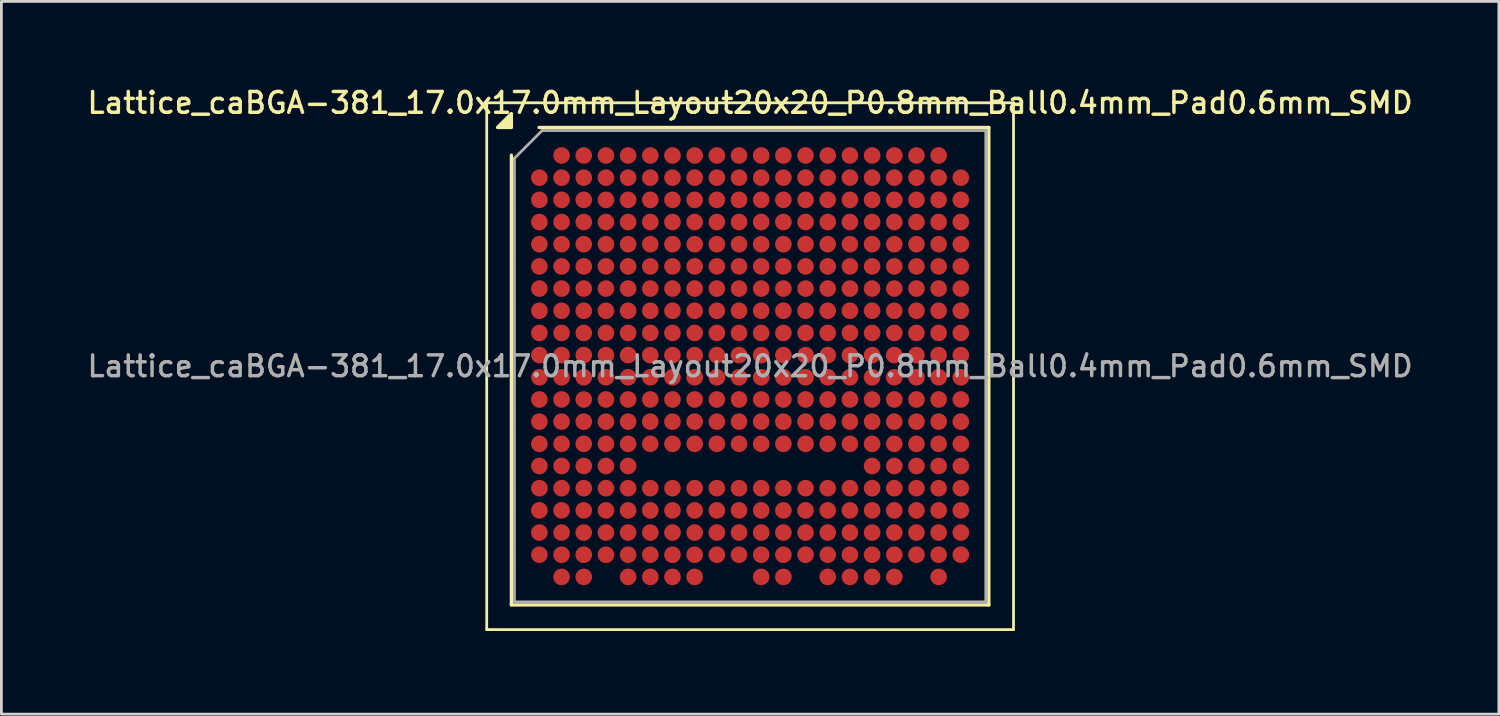
<source format=kicad_pcb>
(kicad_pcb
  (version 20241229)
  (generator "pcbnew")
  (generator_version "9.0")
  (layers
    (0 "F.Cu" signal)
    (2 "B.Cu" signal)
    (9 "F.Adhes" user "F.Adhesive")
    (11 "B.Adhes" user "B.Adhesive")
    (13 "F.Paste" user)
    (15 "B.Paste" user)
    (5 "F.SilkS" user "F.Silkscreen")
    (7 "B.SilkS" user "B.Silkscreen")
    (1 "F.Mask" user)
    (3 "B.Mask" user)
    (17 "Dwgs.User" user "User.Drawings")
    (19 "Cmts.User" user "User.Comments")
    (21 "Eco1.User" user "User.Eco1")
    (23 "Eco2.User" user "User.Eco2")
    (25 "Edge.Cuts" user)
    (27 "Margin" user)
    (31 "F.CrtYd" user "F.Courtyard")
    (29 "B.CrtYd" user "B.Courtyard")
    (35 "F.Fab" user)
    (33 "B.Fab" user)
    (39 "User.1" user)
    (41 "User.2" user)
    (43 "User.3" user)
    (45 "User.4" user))
  (footprint "Lattice_caBGA-381_17.0x17.0mm_Layout20x20_P0.8mm_Ball0.4mm_Pad0.6mm_SMD"
    (layer "F.Cu")
    (at 24.005 10.158)
    (property "Reference" "Lattice_caBGA-381_17.0x17.0mm_Layout20x20_P0.8mm_Ball0.4mm_Pad0.6mm_SMD" (at 0 -9.5 0) (layer "F.SilkS") (effects (font (size 0.75 0.75) (thickness 0.125))))
    (attr smd)
    (fp_line (start -9.5 -9.5) (end -9.5 9.5) (stroke (width 0.1) (type solid)) (layer "F.SilkS"))
    (fp_line (start -9.5 9.5) (end 9.5 9.5) (stroke (width 0.1) (type solid)) (layer "F.SilkS"))
    (fp_line (start -8.61 8.61) (end -8.61 -7.61) (stroke (width 0.12) (type solid)) (layer "F.SilkS"))
    (fp_line (start -7.61 -8.61) (end 8.61 -8.61) (stroke (width 0.12) (type solid)) (layer "F.SilkS"))
    (fp_line (start 8.61 -8.61) (end 8.61 8.61) (stroke (width 0.12) (type solid)) (layer "F.SilkS"))
    (fp_line (start 8.61 8.61) (end -8.61 8.61) (stroke (width 0.12) (type solid)) (layer "F.SilkS"))
    (fp_line (start 9.5 -9.5) (end -9.5 -9.5) (stroke (width 0.1) (type solid)) (layer "F.SilkS"))
    (fp_line (start 9.5 9.5) (end 9.5 -9.5) (stroke (width 0.1) (type solid)) (layer "F.SilkS"))
    (fp_poly (pts (xy -8.61 -8.61) (xy -9.11 -8.61) (xy -8.61 -9.11) (xy -8.61 -8.61)) (stroke (width 0.12) (type solid)) (fill yes) (layer "F.SilkS"))
    (fp_line (start -8.5 -7.5) (end -7.5 -8.5) (stroke (width 0.1) (type solid)) (layer "F.Fab"))
    (fp_line (start -8.5 8.5) (end -8.5 -7.5) (stroke (width 0.1) (type solid)) (layer "F.Fab"))
    (fp_line (start -7.5 -8.5) (end 8.5 -8.5) (stroke (width 0.1) (type solid)) (layer "F.Fab"))
    (fp_line (start 8.5 -8.5) (end 8.5 8.5) (stroke (width 0.1) (type solid)) (layer "F.Fab"))
    (fp_line (start 8.5 8.5) (end -8.5 8.5) (stroke (width 0.1) (type solid)) (layer "F.Fab"))
    (fp_text user "${REFERENCE}" (at 0 0 0) (layer "F.Fab") (effects (font (size 0.75 0.75) (thickness 0.125))))
    (pad "A2" smd circle (at -6.8 -7.6) (size 0.6 0.6) (property pad_prop_bga) (layers "F.Cu" "F.Mask" "F.Paste"))
    (pad "A3" smd circle (at -6 -7.6) (size 0.6 0.6) (property pad_prop_bga) (layers "F.Cu" "F.Mask" "F.Paste"))
    (pad "A4" smd circle (at -5.2 -7.6) (size 0.6 0.6) (property pad_prop_bga) (layers "F.Cu" "F.Mask" "F.Paste"))
    (pad "A5" smd circle (at -4.4 -7.6) (size 0.6 0.6) (property pad_prop_bga) (layers "F.Cu" "F.Mask" "F.Paste"))
    (pad "A6" smd circle (at -3.6 -7.6) (size 0.6 0.6) (property pad_prop_bga) (layers "F.Cu" "F.Mask" "F.Paste"))
    (pad "A7" smd circle (at -2.8 -7.6) (size 0.6 0.6) (property pad_prop_bga) (layers "F.Cu" "F.Mask" "F.Paste"))
    (pad "A8" smd circle (at -2 -7.6) (size 0.6 0.6) (property pad_prop_bga) (layers "F.Cu" "F.Mask" "F.Paste"))
    (pad "A9" smd circle (at -1.2 -7.6) (size 0.6 0.6) (property pad_prop_bga) (layers "F.Cu" "F.Mask" "F.Paste"))
    (pad "A10" smd circle (at -0.4 -7.6) (size 0.6 0.6) (property pad_prop_bga) (layers "F.Cu" "F.Mask" "F.Paste"))
    (pad "A11" smd circle (at 0.4 -7.6) (size 0.6 0.6) (property pad_prop_bga) (layers "F.Cu" "F.Mask" "F.Paste"))
    (pad "A12" smd circle (at 1.2 -7.6) (size 0.6 0.6) (property pad_prop_bga) (layers "F.Cu" "F.Mask" "F.Paste"))
    (pad "A13" smd circle (at 2 -7.6) (size 0.6 0.6) (property pad_prop_bga) (layers "F.Cu" "F.Mask" "F.Paste"))
    (pad "A14" smd circle (at 2.8 -7.6) (size 0.6 0.6) (property pad_prop_bga) (layers "F.Cu" "F.Mask" "F.Paste"))
    (pad "A15" smd circle (at 3.6 -7.6) (size 0.6 0.6) (property pad_prop_bga) (layers "F.Cu" "F.Mask" "F.Paste"))
    (pad "A16" smd circle (at 4.4 -7.6) (size 0.6 0.6) (property pad_prop_bga) (layers "F.Cu" "F.Mask" "F.Paste"))
    (pad "A17" smd circle (at 5.2 -7.6) (size 0.6 0.6) (property pad_prop_bga) (layers "F.Cu" "F.Mask" "F.Paste"))
    (pad "A18" smd circle (at 6 -7.6) (size 0.6 0.6) (property pad_prop_bga) (layers "F.Cu" "F.Mask" "F.Paste"))
    (pad "A19" smd circle (at 6.8 -7.6) (size 0.6 0.6) (property pad_prop_bga) (layers "F.Cu" "F.Mask" "F.Paste"))
    (pad "B1" smd circle (at -7.6 -6.8) (size 0.6 0.6) (property pad_prop_bga) (layers "F.Cu" "F.Mask" "F.Paste"))
    (pad "B2" smd circle (at -6.8 -6.8) (size 0.6 0.6) (property pad_prop_bga) (layers "F.Cu" "F.Mask" "F.Paste"))
    (pad "B3" smd circle (at -6 -6.8) (size 0.6 0.6) (property pad_prop_bga) (layers "F.Cu" "F.Mask" "F.Paste"))
    (pad "B4" smd circle (at -5.2 -6.8) (size 0.6 0.6) (property pad_prop_bga) (layers "F.Cu" "F.Mask" "F.Paste"))
    (pad "B5" smd circle (at -4.4 -6.8) (size 0.6 0.6) (property pad_prop_bga) (layers "F.Cu" "F.Mask" "F.Paste"))
    (pad "B6" smd circle (at -3.6 -6.8) (size 0.6 0.6) (property pad_prop_bga) (layers "F.Cu" "F.Mask" "F.Paste"))
    (pad "B7" smd circle (at -2.8 -6.8) (size 0.6 0.6) (property pad_prop_bga) (layers "F.Cu" "F.Mask" "F.Paste"))
    (pad "B8" smd circle (at -2 -6.8) (size 0.6 0.6) (property pad_prop_bga) (layers "F.Cu" "F.Mask" "F.Paste"))
    (pad "B9" smd circle (at -1.2 -6.8) (size 0.6 0.6) (property pad_prop_bga) (layers "F.Cu" "F.Mask" "F.Paste"))
    (pad "B10" smd circle (at -0.4 -6.8) (size 0.6 0.6) (property pad_prop_bga) (layers "F.Cu" "F.Mask" "F.Paste"))
    (pad "B11" smd circle (at 0.4 -6.8) (size 0.6 0.6) (property pad_prop_bga) (layers "F.Cu" "F.Mask" "F.Paste"))
    (pad "B12" smd circle (at 1.2 -6.8) (size 0.6 0.6) (property pad_prop_bga) (layers "F.Cu" "F.Mask" "F.Paste"))
    (pad "B13" smd circle (at 2 -6.8) (size 0.6 0.6) (property pad_prop_bga) (layers "F.Cu" "F.Mask" "F.Paste"))
    (pad "B14" smd circle (at 2.8 -6.8) (size 0.6 0.6) (property pad_prop_bga) (layers "F.Cu" "F.Mask" "F.Paste"))
    (pad "B15" smd circle (at 3.6 -6.8) (size 0.6 0.6) (property pad_prop_bga) (layers "F.Cu" "F.Mask" "F.Paste"))
    (pad "B16" smd circle (at 4.4 -6.8) (size 0.6 0.6) (property pad_prop_bga) (layers "F.Cu" "F.Mask" "F.Paste"))
    (pad "B17" smd circle (at 5.2 -6.8) (size 0.6 0.6) (property pad_prop_bga) (layers "F.Cu" "F.Mask" "F.Paste"))
    (pad "B18" smd circle (at 6 -6.8) (size 0.6 0.6) (property pad_prop_bga) (layers "F.Cu" "F.Mask" "F.Paste"))
    (pad "B19" smd circle (at 6.8 -6.8) (size 0.6 0.6) (property pad_prop_bga) (layers "F.Cu" "F.Mask" "F.Paste"))
    (pad "B20" smd circle (at 7.6 -6.8) (size 0.6 0.6) (property pad_prop_bga) (layers "F.Cu" "F.Mask" "F.Paste"))
    (pad "C1" smd circle (at -7.6 -6) (size 0.6 0.6) (property pad_prop_bga) (layers "F.Cu" "F.Mask" "F.Paste"))
    (pad "C2" smd circle (at -6.8 -6) (size 0.6 0.6) (property pad_prop_bga) (layers "F.Cu" "F.Mask" "F.Paste"))
    (pad "C3" smd circle (at -6 -6) (size 0.6 0.6) (property pad_prop_bga) (layers "F.Cu" "F.Mask" "F.Paste"))
    (pad "C4" smd circle (at -5.2 -6) (size 0.6 0.6) (property pad_prop_bga) (layers "F.Cu" "F.Mask" "F.Paste"))
    (pad "C5" smd circle (at -4.4 -6) (size 0.6 0.6) (property pad_prop_bga) (layers "F.Cu" "F.Mask" "F.Paste"))
    (pad "C6" smd circle (at -3.6 -6) (size 0.6 0.6) (property pad_prop_bga) (layers "F.Cu" "F.Mask" "F.Paste"))
    (pad "C7" smd circle (at -2.8 -6) (size 0.6 0.6) (property pad_prop_bga) (layers "F.Cu" "F.Mask" "F.Paste"))
    (pad "C8" smd circle (at -2 -6) (size 0.6 0.6) (property pad_prop_bga) (layers "F.Cu" "F.Mask" "F.Paste"))
    (pad "C9" smd circle (at -1.2 -6) (size 0.6 0.6) (property pad_prop_bga) (layers "F.Cu" "F.Mask" "F.Paste"))
    (pad "C10" smd circle (at -0.4 -6) (size 0.6 0.6) (property pad_prop_bga) (layers "F.Cu" "F.Mask" "F.Paste"))
    (pad "C11" smd circle (at 0.4 -6) (size 0.6 0.6) (property pad_prop_bga) (layers "F.Cu" "F.Mask" "F.Paste"))
    (pad "C12" smd circle (at 1.2 -6) (size 0.6 0.6) (property pad_prop_bga) (layers "F.Cu" "F.Mask" "F.Paste"))
    (pad "C13" smd circle (at 2 -6) (size 0.6 0.6) (property pad_prop_bga) (layers "F.Cu" "F.Mask" "F.Paste"))
    (pad "C14" smd circle (at 2.8 -6) (size 0.6 0.6) (property pad_prop_bga) (layers "F.Cu" "F.Mask" "F.Paste"))
    (pad "C15" smd circle (at 3.6 -6) (size 0.6 0.6) (property pad_prop_bga) (layers "F.Cu" "F.Mask" "F.Paste"))
    (pad "C16" smd circle (at 4.4 -6) (size 0.6 0.6) (property pad_prop_bga) (layers "F.Cu" "F.Mask" "F.Paste"))
    (pad "C17" smd circle (at 5.2 -6) (size 0.6 0.6) (property pad_prop_bga) (layers "F.Cu" "F.Mask" "F.Paste"))
    (pad "C18" smd circle (at 6 -6) (size 0.6 0.6) (property pad_prop_bga) (layers "F.Cu" "F.Mask" "F.Paste"))
    (pad "C19" smd circle (at 6.8 -6) (size 0.6 0.6) (property pad_prop_bga) (layers "F.Cu" "F.Mask" "F.Paste"))
    (pad "C20" smd circle (at 7.6 -6) (size 0.6 0.6) (property pad_prop_bga) (layers "F.Cu" "F.Mask" "F.Paste"))
    (pad "D1" smd circle (at -7.6 -5.2) (size 0.6 0.6) (property pad_prop_bga) (layers "F.Cu" "F.Mask" "F.Paste"))
    (pad "D2" smd circle (at -6.8 -5.2) (size 0.6 0.6) (property pad_prop_bga) (layers "F.Cu" "F.Mask" "F.Paste"))
    (pad "D3" smd circle (at -6 -5.2) (size 0.6 0.6) (property pad_prop_bga) (layers "F.Cu" "F.Mask" "F.Paste"))
    (pad "D4" smd circle (at -5.2 -5.2) (size 0.6 0.6) (property pad_prop_bga) (layers "F.Cu" "F.Mask" "F.Paste"))
    (pad "D5" smd circle (at -4.4 -5.2) (size 0.6 0.6) (property pad_prop_bga) (layers "F.Cu" "F.Mask" "F.Paste"))
    (pad "D6" smd circle (at -3.6 -5.2) (size 0.6 0.6) (property pad_prop_bga) (layers "F.Cu" "F.Mask" "F.Paste"))
    (pad "D7" smd circle (at -2.8 -5.2) (size 0.6 0.6) (property pad_prop_bga) (layers "F.Cu" "F.Mask" "F.Paste"))
    (pad "D8" smd circle (at -2 -5.2) (size 0.6 0.6) (property pad_prop_bga) (layers "F.Cu" "F.Mask" "F.Paste"))
    (pad "D9" smd circle (at -1.2 -5.2) (size 0.6 0.6) (property pad_prop_bga) (layers "F.Cu" "F.Mask" "F.Paste"))
    (pad "D10" smd circle (at -0.4 -5.2) (size 0.6 0.6) (property pad_prop_bga) (layers "F.Cu" "F.Mask" "F.Paste"))
    (pad "D11" smd circle (at 0.4 -5.2) (size 0.6 0.6) (property pad_prop_bga) (layers "F.Cu" "F.Mask" "F.Paste"))
    (pad "D12" smd circle (at 1.2 -5.2) (size 0.6 0.6) (property pad_prop_bga) (layers "F.Cu" "F.Mask" "F.Paste"))
    (pad "D13" smd circle (at 2 -5.2) (size 0.6 0.6) (property pad_prop_bga) (layers "F.Cu" "F.Mask" "F.Paste"))
    (pad "D14" smd circle (at 2.8 -5.2) (size 0.6 0.6) (property pad_prop_bga) (layers "F.Cu" "F.Mask" "F.Paste"))
    (pad "D15" smd circle (at 3.6 -5.2) (size 0.6 0.6) (property pad_prop_bga) (layers "F.Cu" "F.Mask" "F.Paste"))
    (pad "D16" smd circle (at 4.4 -5.2) (size 0.6 0.6) (property pad_prop_bga) (layers "F.Cu" "F.Mask" "F.Paste"))
    (pad "D17" smd circle (at 5.2 -5.2) (size 0.6 0.6) (property pad_prop_bga) (layers "F.Cu" "F.Mask" "F.Paste"))
    (pad "D18" smd circle (at 6 -5.2) (size 0.6 0.6) (property pad_prop_bga) (layers "F.Cu" "F.Mask" "F.Paste"))
    (pad "D19" smd circle (at 6.8 -5.2) (size 0.6 0.6) (property pad_prop_bga) (layers "F.Cu" "F.Mask" "F.Paste"))
    (pad "D20" smd circle (at 7.6 -5.2) (size 0.6 0.6) (property pad_prop_bga) (layers "F.Cu" "F.Mask" "F.Paste"))
    (pad "E1" smd circle (at -7.6 -4.4) (size 0.6 0.6) (property pad_prop_bga) (layers "F.Cu" "F.Mask" "F.Paste"))
    (pad "E2" smd circle (at -6.8 -4.4) (size 0.6 0.6) (property pad_prop_bga) (layers "F.Cu" "F.Mask" "F.Paste"))
    (pad "E3" smd circle (at -6 -4.4) (size 0.6 0.6) (property pad_prop_bga) (layers "F.Cu" "F.Mask" "F.Paste"))
    (pad "E4" smd circle (at -5.2 -4.4) (size 0.6 0.6) (property pad_prop_bga) (layers "F.Cu" "F.Mask" "F.Paste"))
    (pad "E5" smd circle (at -4.4 -4.4) (size 0.6 0.6) (property pad_prop_bga) (layers "F.Cu" "F.Mask" "F.Paste"))
    (pad "E6" smd circle (at -3.6 -4.4) (size 0.6 0.6) (property pad_prop_bga) (layers "F.Cu" "F.Mask" "F.Paste"))
    (pad "E7" smd circle (at -2.8 -4.4) (size 0.6 0.6) (property pad_prop_bga) (layers "F.Cu" "F.Mask" "F.Paste"))
    (pad "E8" smd circle (at -2 -4.4) (size 0.6 0.6) (property pad_prop_bga) (layers "F.Cu" "F.Mask" "F.Paste"))
    (pad "E9" smd circle (at -1.2 -4.4) (size 0.6 0.6) (property pad_prop_bga) (layers "F.Cu" "F.Mask" "F.Paste"))
    (pad "E10" smd circle (at -0.4 -4.4) (size 0.6 0.6) (property pad_prop_bga) (layers "F.Cu" "F.Mask" "F.Paste"))
    (pad "E11" smd circle (at 0.4 -4.4) (size 0.6 0.6) (property pad_prop_bga) (layers "F.Cu" "F.Mask" "F.Paste"))
    (pad "E12" smd circle (at 1.2 -4.4) (size 0.6 0.6) (property pad_prop_bga) (layers "F.Cu" "F.Mask" "F.Paste"))
    (pad "E13" smd circle (at 2 -4.4) (size 0.6 0.6) (property pad_prop_bga) (layers "F.Cu" "F.Mask" "F.Paste"))
    (pad "E14" smd circle (at 2.8 -4.4) (size 0.6 0.6) (property pad_prop_bga) (layers "F.Cu" "F.Mask" "F.Paste"))
    (pad "E15" smd circle (at 3.6 -4.4) (size 0.6 0.6) (property pad_prop_bga) (layers "F.Cu" "F.Mask" "F.Paste"))
    (pad "E16" smd circle (at 4.4 -4.4) (size 0.6 0.6) (property pad_prop_bga) (layers "F.Cu" "F.Mask" "F.Paste"))
    (pad "E17" smd circle (at 5.2 -4.4) (size 0.6 0.6) (property pad_prop_bga) (layers "F.Cu" "F.Mask" "F.Paste"))
    (pad "E18" smd circle (at 6 -4.4) (size 0.6 0.6) (property pad_prop_bga) (layers "F.Cu" "F.Mask" "F.Paste"))
    (pad "E19" smd circle (at 6.8 -4.4) (size 0.6 0.6) (property pad_prop_bga) (layers "F.Cu" "F.Mask" "F.Paste"))
    (pad "E20" smd circle (at 7.6 -4.4) (size 0.6 0.6) (property pad_prop_bga) (layers "F.Cu" "F.Mask" "F.Paste"))
    (pad "F1" smd circle (at -7.6 -3.6) (size 0.6 0.6) (property pad_prop_bga) (layers "F.Cu" "F.Mask" "F.Paste"))
    (pad "F2" smd circle (at -6.8 -3.6) (size 0.6 0.6) (property pad_prop_bga) (layers "F.Cu" "F.Mask" "F.Paste"))
    (pad "F3" smd circle (at -6 -3.6) (size 0.6 0.6) (property pad_prop_bga) (layers "F.Cu" "F.Mask" "F.Paste"))
    (pad "F4" smd circle (at -5.2 -3.6) (size 0.6 0.6) (property pad_prop_bga) (layers "F.Cu" "F.Mask" "F.Paste"))
    (pad "F5" smd circle (at -4.4 -3.6) (size 0.6 0.6) (property pad_prop_bga) (layers "F.Cu" "F.Mask" "F.Paste"))
    (pad "F6" smd circle (at -3.6 -3.6) (size 0.6 0.6) (property pad_prop_bga) (layers "F.Cu" "F.Mask" "F.Paste"))
    (pad "F7" smd circle (at -2.8 -3.6) (size 0.6 0.6) (property pad_prop_bga) (layers "F.Cu" "F.Mask" "F.Paste"))
    (pad "F8" smd circle (at -2 -3.6) (size 0.6 0.6) (property pad_prop_bga) (layers "F.Cu" "F.Mask" "F.Paste"))
    (pad "F9" smd circle (at -1.2 -3.6) (size 0.6 0.6) (property pad_prop_bga) (layers "F.Cu" "F.Mask" "F.Paste"))
    (pad "F10" smd circle (at -0.4 -3.6) (size 0.6 0.6) (property pad_prop_bga) (layers "F.Cu" "F.Mask" "F.Paste"))
    (pad "F11" smd circle (at 0.4 -3.6) (size 0.6 0.6) (property pad_prop_bga) (layers "F.Cu" "F.Mask" "F.Paste"))
    (pad "F12" smd circle (at 1.2 -3.6) (size 0.6 0.6) (property pad_prop_bga) (layers "F.Cu" "F.Mask" "F.Paste"))
    (pad "F13" smd circle (at 2 -3.6) (size 0.6 0.6) (property pad_prop_bga) (layers "F.Cu" "F.Mask" "F.Paste"))
    (pad "F14" smd circle (at 2.8 -3.6) (size 0.6 0.6) (property pad_prop_bga) (layers "F.Cu" "F.Mask" "F.Paste"))
    (pad "F15" smd circle (at 3.6 -3.6) (size 0.6 0.6) (property pad_prop_bga) (layers "F.Cu" "F.Mask" "F.Paste"))
    (pad "F16" smd circle (at 4.4 -3.6) (size 0.6 0.6) (property pad_prop_bga) (layers "F.Cu" "F.Mask" "F.Paste"))
    (pad "F17" smd circle (at 5.2 -3.6) (size 0.6 0.6) (property pad_prop_bga) (layers "F.Cu" "F.Mask" "F.Paste"))
    (pad "F18" smd circle (at 6 -3.6) (size 0.6 0.6) (property pad_prop_bga) (layers "F.Cu" "F.Mask" "F.Paste"))
    (pad "F19" smd circle (at 6.8 -3.6) (size 0.6 0.6) (property pad_prop_bga) (layers "F.Cu" "F.Mask" "F.Paste"))
    (pad "F20" smd circle (at 7.6 -3.6) (size 0.6 0.6) (property pad_prop_bga) (layers "F.Cu" "F.Mask" "F.Paste"))
    (pad "G1" smd circle (at -7.6 -2.8) (size 0.6 0.6) (property pad_prop_bga) (layers "F.Cu" "F.Mask" "F.Paste"))
    (pad "G2" smd circle (at -6.8 -2.8) (size 0.6 0.6) (property pad_prop_bga) (layers "F.Cu" "F.Mask" "F.Paste"))
    (pad "G3" smd circle (at -6 -2.8) (size 0.6 0.6) (property pad_prop_bga) (layers "F.Cu" "F.Mask" "F.Paste"))
    (pad "G4" smd circle (at -5.2 -2.8) (size 0.6 0.6) (property pad_prop_bga) (layers "F.Cu" "F.Mask" "F.Paste"))
    (pad "G5" smd circle (at -4.4 -2.8) (size 0.6 0.6) (property pad_prop_bga) (layers "F.Cu" "F.Mask" "F.Paste"))
    (pad "G6" smd circle (at -3.6 -2.8) (size 0.6 0.6) (property pad_prop_bga) (layers "F.Cu" "F.Mask" "F.Paste"))
    (pad "G7" smd circle (at -2.8 -2.8) (size 0.6 0.6) (property pad_prop_bga) (layers "F.Cu" "F.Mask" "F.Paste"))
    (pad "G8" smd circle (at -2 -2.8) (size 0.6 0.6) (property pad_prop_bga) (layers "F.Cu" "F.Mask" "F.Paste"))
    (pad "G9" smd circle (at -1.2 -2.8) (size 0.6 0.6) (property pad_prop_bga) (layers "F.Cu" "F.Mask" "F.Paste"))
    (pad "G10" smd circle (at -0.4 -2.8) (size 0.6 0.6) (property pad_prop_bga) (layers "F.Cu" "F.Mask" "F.Paste"))
    (pad "G11" smd circle (at 0.4 -2.8) (size 0.6 0.6) (property pad_prop_bga) (layers "F.Cu" "F.Mask" "F.Paste"))
    (pad "G12" smd circle (at 1.2 -2.8) (size 0.6 0.6) (property pad_prop_bga) (layers "F.Cu" "F.Mask" "F.Paste"))
    (pad "G13" smd circle (at 2 -2.8) (size 0.6 0.6) (property pad_prop_bga) (layers "F.Cu" "F.Mask" "F.Paste"))
    (pad "G14" smd circle (at 2.8 -2.8) (size 0.6 0.6) (property pad_prop_bga) (layers "F.Cu" "F.Mask" "F.Paste"))
    (pad "G15" smd circle (at 3.6 -2.8) (size 0.6 0.6) (property pad_prop_bga) (layers "F.Cu" "F.Mask" "F.Paste"))
    (pad "G16" smd circle (at 4.4 -2.8) (size 0.6 0.6) (property pad_prop_bga) (layers "F.Cu" "F.Mask" "F.Paste"))
    (pad "G17" smd circle (at 5.2 -2.8) (size 0.6 0.6) (property pad_prop_bga) (layers "F.Cu" "F.Mask" "F.Paste"))
    (pad "G18" smd circle (at 6 -2.8) (size 0.6 0.6) (property pad_prop_bga) (layers "F.Cu" "F.Mask" "F.Paste"))
    (pad "G19" smd circle (at 6.8 -2.8) (size 0.6 0.6) (property pad_prop_bga) (layers "F.Cu" "F.Mask" "F.Paste"))
    (pad "G20" smd circle (at 7.6 -2.8) (size 0.6 0.6) (property pad_prop_bga) (layers "F.Cu" "F.Mask" "F.Paste"))
    (pad "H1" smd circle (at -7.6 -2) (size 0.6 0.6) (property pad_prop_bga) (layers "F.Cu" "F.Mask" "F.Paste"))
    (pad "H2" smd circle (at -6.8 -2) (size 0.6 0.6) (property pad_prop_bga) (layers "F.Cu" "F.Mask" "F.Paste"))
    (pad "H3" smd circle (at -6 -2) (size 0.6 0.6) (property pad_prop_bga) (layers "F.Cu" "F.Mask" "F.Paste"))
    (pad "H4" smd circle (at -5.2 -2) (size 0.6 0.6) (property pad_prop_bga) (layers "F.Cu" "F.Mask" "F.Paste"))
    (pad "H5" smd circle (at -4.4 -2) (size 0.6 0.6) (property pad_prop_bga) (layers "F.Cu" "F.Mask" "F.Paste"))
    (pad "H6" smd circle (at -3.6 -2) (size 0.6 0.6) (property pad_prop_bga) (layers "F.Cu" "F.Mask" "F.Paste"))
    (pad "H7" smd circle (at -2.8 -2) (size 0.6 0.6) (property pad_prop_bga) (layers "F.Cu" "F.Mask" "F.Paste"))
    (pad "H8" smd circle (at -2 -2) (size 0.6 0.6) (property pad_prop_bga) (layers "F.Cu" "F.Mask" "F.Paste"))
    (pad "H9" smd circle (at -1.2 -2) (size 0.6 0.6) (property pad_prop_bga) (layers "F.Cu" "F.Mask" "F.Paste"))
    (pad "H10" smd circle (at -0.4 -2) (size 0.6 0.6) (property pad_prop_bga) (layers "F.Cu" "F.Mask" "F.Paste"))
    (pad "H11" smd circle (at 0.4 -2) (size 0.6 0.6) (property pad_prop_bga) (layers "F.Cu" "F.Mask" "F.Paste"))
    (pad "H12" smd circle (at 1.2 -2) (size 0.6 0.6) (property pad_prop_bga) (layers "F.Cu" "F.Mask" "F.Paste"))
    (pad "H13" smd circle (at 2 -2) (size 0.6 0.6) (property pad_prop_bga) (layers "F.Cu" "F.Mask" "F.Paste"))
    (pad "H14" smd circle (at 2.8 -2) (size 0.6 0.6) (property pad_prop_bga) (layers "F.Cu" "F.Mask" "F.Paste"))
    (pad "H15" smd circle (at 3.6 -2) (size 0.6 0.6) (property pad_prop_bga) (layers "F.Cu" "F.Mask" "F.Paste"))
    (pad "H16" smd circle (at 4.4 -2) (size 0.6 0.6) (property pad_prop_bga) (layers "F.Cu" "F.Mask" "F.Paste"))
    (pad "H17" smd circle (at 5.2 -2) (size 0.6 0.6) (property pad_prop_bga) (layers "F.Cu" "F.Mask" "F.Paste"))
    (pad "H18" smd circle (at 6 -2) (size 0.6 0.6) (property pad_prop_bga) (layers "F.Cu" "F.Mask" "F.Paste"))
    (pad "H19" smd circle (at 6.8 -2) (size 0.6 0.6) (property pad_prop_bga) (layers "F.Cu" "F.Mask" "F.Paste"))
    (pad "H20" smd circle (at 7.6 -2) (size 0.6 0.6) (property pad_prop_bga) (layers "F.Cu" "F.Mask" "F.Paste"))
    (pad "J1" smd circle (at -7.6 -1.2) (size 0.6 0.6) (property pad_prop_bga) (layers "F.Cu" "F.Mask" "F.Paste"))
    (pad "J2" smd circle (at -6.8 -1.2) (size 0.6 0.6) (property pad_prop_bga) (layers "F.Cu" "F.Mask" "F.Paste"))
    (pad "J3" smd circle (at -6 -1.2) (size 0.6 0.6) (property pad_prop_bga) (layers "F.Cu" "F.Mask" "F.Paste"))
    (pad "J4" smd circle (at -5.2 -1.2) (size 0.6 0.6) (property pad_prop_bga) (layers "F.Cu" "F.Mask" "F.Paste"))
    (pad "J5" smd circle (at -4.4 -1.2) (size 0.6 0.6) (property pad_prop_bga) (layers "F.Cu" "F.Mask" "F.Paste"))
    (pad "J6" smd circle (at -3.6 -1.2) (size 0.6 0.6) (property pad_prop_bga) (layers "F.Cu" "F.Mask" "F.Paste"))
    (pad "J7" smd circle (at -2.8 -1.2) (size 0.6 0.6) (property pad_prop_bga) (layers "F.Cu" "F.Mask" "F.Paste"))
    (pad "J8" smd circle (at -2 -1.2) (size 0.6 0.6) (property pad_prop_bga) (layers "F.Cu" "F.Mask" "F.Paste"))
    (pad "J9" smd circle (at -1.2 -1.2) (size 0.6 0.6) (property pad_prop_bga) (layers "F.Cu" "F.Mask" "F.Paste"))
    (pad "J10" smd circle (at -0.4 -1.2) (size 0.6 0.6) (property pad_prop_bga) (layers "F.Cu" "F.Mask" "F.Paste"))
    (pad "J11" smd circle (at 0.4 -1.2) (size 0.6 0.6) (property pad_prop_bga) (layers "F.Cu" "F.Mask" "F.Paste"))
    (pad "J12" smd circle (at 1.2 -1.2) (size 0.6 0.6) (property pad_prop_bga) (layers "F.Cu" "F.Mask" "F.Paste"))
    (pad "J13" smd circle (at 2 -1.2) (size 0.6 0.6) (property pad_prop_bga) (layers "F.Cu" "F.Mask" "F.Paste"))
    (pad "J14" smd circle (at 2.8 -1.2) (size 0.6 0.6) (property pad_prop_bga) (layers "F.Cu" "F.Mask" "F.Paste"))
    (pad "J15" smd circle (at 3.6 -1.2) (size 0.6 0.6) (property pad_prop_bga) (layers "F.Cu" "F.Mask" "F.Paste"))
    (pad "J16" smd circle (at 4.4 -1.2) (size 0.6 0.6) (property pad_prop_bga) (layers "F.Cu" "F.Mask" "F.Paste"))
    (pad "J17" smd circle (at 5.2 -1.2) (size 0.6 0.6) (property pad_prop_bga) (layers "F.Cu" "F.Mask" "F.Paste"))
    (pad "J18" smd circle (at 6 -1.2) (size 0.6 0.6) (property pad_prop_bga) (layers "F.Cu" "F.Mask" "F.Paste"))
    (pad "J19" smd circle (at 6.8 -1.2) (size 0.6 0.6) (property pad_prop_bga) (layers "F.Cu" "F.Mask" "F.Paste"))
    (pad "J20" smd circle (at 7.6 -1.2) (size 0.6 0.6) (property pad_prop_bga) (layers "F.Cu" "F.Mask" "F.Paste"))
    (pad "K1" smd circle (at -7.6 -0.4) (size 0.6 0.6) (property pad_prop_bga) (layers "F.Cu" "F.Mask" "F.Paste"))
    (pad "K2" smd circle (at -6.8 -0.4) (size 0.6 0.6) (property pad_prop_bga) (layers "F.Cu" "F.Mask" "F.Paste"))
    (pad "K3" smd circle (at -6 -0.4) (size 0.6 0.6) (property pad_prop_bga) (layers "F.Cu" "F.Mask" "F.Paste"))
    (pad "K4" smd circle (at -5.2 -0.4) (size 0.6 0.6) (property pad_prop_bga) (layers "F.Cu" "F.Mask" "F.Paste"))
    (pad "K5" smd circle (at -4.4 -0.4) (size 0.6 0.6) (property pad_prop_bga) (layers "F.Cu" "F.Mask" "F.Paste"))
    (pad "K6" smd circle (at -3.6 -0.4) (size 0.6 0.6) (property pad_prop_bga) (layers "F.Cu" "F.Mask" "F.Paste"))
    (pad "K7" smd circle (at -2.8 -0.4) (size 0.6 0.6) (property pad_prop_bga) (layers "F.Cu" "F.Mask" "F.Paste"))
    (pad "K8" smd circle (at -2 -0.4) (size 0.6 0.6) (property pad_prop_bga) (layers "F.Cu" "F.Mask" "F.Paste"))
    (pad "K9" smd circle (at -1.2 -0.4) (size 0.6 0.6) (property pad_prop_bga) (layers "F.Cu" "F.Mask" "F.Paste"))
    (pad "K10" smd circle (at -0.4 -0.4) (size 0.6 0.6) (property pad_prop_bga) (layers "F.Cu" "F.Mask" "F.Paste"))
    (pad "K11" smd circle (at 0.4 -0.4) (size 0.6 0.6) (property pad_prop_bga) (layers "F.Cu" "F.Mask" "F.Paste"))
    (pad "K12" smd circle (at 1.2 -0.4) (size 0.6 0.6) (property pad_prop_bga) (layers "F.Cu" "F.Mask" "F.Paste"))
    (pad "K13" smd circle (at 2 -0.4) (size 0.6 0.6) (property pad_prop_bga) (layers "F.Cu" "F.Mask" "F.Paste"))
    (pad "K14" smd circle (at 2.8 -0.4) (size 0.6 0.6) (property pad_prop_bga) (layers "F.Cu" "F.Mask" "F.Paste"))
    (pad "K15" smd circle (at 3.6 -0.4) (size 0.6 0.6) (property pad_prop_bga) (layers "F.Cu" "F.Mask" "F.Paste"))
    (pad "K16" smd circle (at 4.4 -0.4) (size 0.6 0.6) (property pad_prop_bga) (layers "F.Cu" "F.Mask" "F.Paste"))
    (pad "K17" smd circle (at 5.2 -0.4) (size 0.6 0.6) (property pad_prop_bga) (layers "F.Cu" "F.Mask" "F.Paste"))
    (pad "K18" smd circle (at 6 -0.4) (size 0.6 0.6) (property pad_prop_bga) (layers "F.Cu" "F.Mask" "F.Paste"))
    (pad "K19" smd circle (at 6.8 -0.4) (size 0.6 0.6) (property pad_prop_bga) (layers "F.Cu" "F.Mask" "F.Paste"))
    (pad "K20" smd circle (at 7.6 -0.4) (size 0.6 0.6) (property pad_prop_bga) (layers "F.Cu" "F.Mask" "F.Paste"))
    (pad "L1" smd circle (at -7.6 0.4) (size 0.6 0.6) (property pad_prop_bga) (layers "F.Cu" "F.Mask" "F.Paste"))
    (pad "L2" smd circle (at -6.8 0.4) (size 0.6 0.6) (property pad_prop_bga) (layers "F.Cu" "F.Mask" "F.Paste"))
    (pad "L3" smd circle (at -6 0.4) (size 0.6 0.6) (property pad_prop_bga) (layers "F.Cu" "F.Mask" "F.Paste"))
    (pad "L4" smd circle (at -5.2 0.4) (size 0.6 0.6) (property pad_prop_bga) (layers "F.Cu" "F.Mask" "F.Paste"))
    (pad "L5" smd circle (at -4.4 0.4) (size 0.6 0.6) (property pad_prop_bga) (layers "F.Cu" "F.Mask" "F.Paste"))
    (pad "L6" smd circle (at -3.6 0.4) (size 0.6 0.6) (property pad_prop_bga) (layers "F.Cu" "F.Mask" "F.Paste"))
    (pad "L7" smd circle (at -2.8 0.4) (size 0.6 0.6) (property pad_prop_bga) (layers "F.Cu" "F.Mask" "F.Paste"))
    (pad "L8" smd circle (at -2 0.4) (size 0.6 0.6) (property pad_prop_bga) (layers "F.Cu" "F.Mask" "F.Paste"))
    (pad "L9" smd circle (at -1.2 0.4) (size 0.6 0.6) (property pad_prop_bga) (layers "F.Cu" "F.Mask" "F.Paste"))
    (pad "L10" smd circle (at -0.4 0.4) (size 0.6 0.6) (property pad_prop_bga) (layers "F.Cu" "F.Mask" "F.Paste"))
    (pad "L11" smd circle (at 0.4 0.4) (size 0.6 0.6) (property pad_prop_bga) (layers "F.Cu" "F.Mask" "F.Paste"))
    (pad "L12" smd circle (at 1.2 0.4) (size 0.6 0.6) (property pad_prop_bga) (layers "F.Cu" "F.Mask" "F.Paste"))
    (pad "L13" smd circle (at 2 0.4) (size 0.6 0.6) (property pad_prop_bga) (layers "F.Cu" "F.Mask" "F.Paste"))
    (pad "L14" smd circle (at 2.8 0.4) (size 0.6 0.6) (property pad_prop_bga) (layers "F.Cu" "F.Mask" "F.Paste"))
    (pad "L15" smd circle (at 3.6 0.4) (size 0.6 0.6) (property pad_prop_bga) (layers "F.Cu" "F.Mask" "F.Paste"))
    (pad "L16" smd circle (at 4.4 0.4) (size 0.6 0.6) (property pad_prop_bga) (layers "F.Cu" "F.Mask" "F.Paste"))
    (pad "L17" smd circle (at 5.2 0.4) (size 0.6 0.6) (property pad_prop_bga) (layers "F.Cu" "F.Mask" "F.Paste"))
    (pad "L18" smd circle (at 6 0.4) (size 0.6 0.6) (property pad_prop_bga) (layers "F.Cu" "F.Mask" "F.Paste"))
    (pad "L19" smd circle (at 6.8 0.4) (size 0.6 0.6) (property pad_prop_bga) (layers "F.Cu" "F.Mask" "F.Paste"))
    (pad "L20" smd circle (at 7.6 0.4) (size 0.6 0.6) (property pad_prop_bga) (layers "F.Cu" "F.Mask" "F.Paste"))
    (pad "M1" smd circle (at -7.6 1.2) (size 0.6 0.6) (property pad_prop_bga) (layers "F.Cu" "F.Mask" "F.Paste"))
    (pad "M2" smd circle (at -6.8 1.2) (size 0.6 0.6) (property pad_prop_bga) (layers "F.Cu" "F.Mask" "F.Paste"))
    (pad "M3" smd circle (at -6 1.2) (size 0.6 0.6) (property pad_prop_bga) (layers "F.Cu" "F.Mask" "F.Paste"))
    (pad "M4" smd circle (at -5.2 1.2) (size 0.6 0.6) (property pad_prop_bga) (layers "F.Cu" "F.Mask" "F.Paste"))
    (pad "M5" smd circle (at -4.4 1.2) (size 0.6 0.6) (property pad_prop_bga) (layers "F.Cu" "F.Mask" "F.Paste"))
    (pad "M6" smd circle (at -3.6 1.2) (size 0.6 0.6) (property pad_prop_bga) (layers "F.Cu" "F.Mask" "F.Paste"))
    (pad "M7" smd circle (at -2.8 1.2) (size 0.6 0.6) (property pad_prop_bga) (layers "F.Cu" "F.Mask" "F.Paste"))
    (pad "M8" smd circle (at -2 1.2) (size 0.6 0.6) (property pad_prop_bga) (layers "F.Cu" "F.Mask" "F.Paste"))
    (pad "M9" smd circle (at -1.2 1.2) (size 0.6 0.6) (property pad_prop_bga) (layers "F.Cu" "F.Mask" "F.Paste"))
    (pad "M10" smd circle (at -0.4 1.2) (size 0.6 0.6) (property pad_prop_bga) (layers "F.Cu" "F.Mask" "F.Paste"))
    (pad "M11" smd circle (at 0.4 1.2) (size 0.6 0.6) (property pad_prop_bga) (layers "F.Cu" "F.Mask" "F.Paste"))
    (pad "M12" smd circle (at 1.2 1.2) (size 0.6 0.6) (property pad_prop_bga) (layers "F.Cu" "F.Mask" "F.Paste"))
    (pad "M13" smd circle (at 2 1.2) (size 0.6 0.6) (property pad_prop_bga) (layers "F.Cu" "F.Mask" "F.Paste"))
    (pad "M14" smd circle (at 2.8 1.2) (size 0.6 0.6) (property pad_prop_bga) (layers "F.Cu" "F.Mask" "F.Paste"))
    (pad "M15" smd circle (at 3.6 1.2) (size 0.6 0.6) (property pad_prop_bga) (layers "F.Cu" "F.Mask" "F.Paste"))
    (pad "M16" smd circle (at 4.4 1.2) (size 0.6 0.6) (property pad_prop_bga) (layers "F.Cu" "F.Mask" "F.Paste"))
    (pad "M17" smd circle (at 5.2 1.2) (size 0.6 0.6) (property pad_prop_bga) (layers "F.Cu" "F.Mask" "F.Paste"))
    (pad "M18" smd circle (at 6 1.2) (size 0.6 0.6) (property pad_prop_bga) (layers "F.Cu" "F.Mask" "F.Paste"))
    (pad "M19" smd circle (at 6.8 1.2) (size 0.6 0.6) (property pad_prop_bga) (layers "F.Cu" "F.Mask" "F.Paste"))
    (pad "M20" smd circle (at 7.6 1.2) (size 0.6 0.6) (property pad_prop_bga) (layers "F.Cu" "F.Mask" "F.Paste"))
    (pad "N1" smd circle (at -7.6 2) (size 0.6 0.6) (property pad_prop_bga) (layers "F.Cu" "F.Mask" "F.Paste"))
    (pad "N2" smd circle (at -6.8 2) (size 0.6 0.6) (property pad_prop_bga) (layers "F.Cu" "F.Mask" "F.Paste"))
    (pad "N3" smd circle (at -6 2) (size 0.6 0.6) (property pad_prop_bga) (layers "F.Cu" "F.Mask" "F.Paste"))
    (pad "N4" smd circle (at -5.2 2) (size 0.6 0.6) (property pad_prop_bga) (layers "F.Cu" "F.Mask" "F.Paste"))
    (pad "N5" smd circle (at -4.4 2) (size 0.6 0.6) (property pad_prop_bga) (layers "F.Cu" "F.Mask" "F.Paste"))
    (pad "N6" smd circle (at -3.6 2) (size 0.6 0.6) (property pad_prop_bga) (layers "F.Cu" "F.Mask" "F.Paste"))
    (pad "N7" smd circle (at -2.8 2) (size 0.6 0.6) (property pad_prop_bga) (layers "F.Cu" "F.Mask" "F.Paste"))
    (pad "N8" smd circle (at -2 2) (size 0.6 0.6) (property pad_prop_bga) (layers "F.Cu" "F.Mask" "F.Paste"))
    (pad "N9" smd circle (at -1.2 2) (size 0.6 0.6) (property pad_prop_bga) (layers "F.Cu" "F.Mask" "F.Paste"))
    (pad "N10" smd circle (at -0.4 2) (size 0.6 0.6) (property pad_prop_bga) (layers "F.Cu" "F.Mask" "F.Paste"))
    (pad "N11" smd circle (at 0.4 2) (size 0.6 0.6) (property pad_prop_bga) (layers "F.Cu" "F.Mask" "F.Paste"))
    (pad "N12" smd circle (at 1.2 2) (size 0.6 0.6) (property pad_prop_bga) (layers "F.Cu" "F.Mask" "F.Paste"))
    (pad "N13" smd circle (at 2 2) (size 0.6 0.6) (property pad_prop_bga) (layers "F.Cu" "F.Mask" "F.Paste"))
    (pad "N14" smd circle (at 2.8 2) (size 0.6 0.6) (property pad_prop_bga) (layers "F.Cu" "F.Mask" "F.Paste"))
    (pad "N15" smd circle (at 3.6 2) (size 0.6 0.6) (property pad_prop_bga) (layers "F.Cu" "F.Mask" "F.Paste"))
    (pad "N16" smd circle (at 4.4 2) (size 0.6 0.6) (property pad_prop_bga) (layers "F.Cu" "F.Mask" "F.Paste"))
    (pad "N17" smd circle (at 5.2 2) (size 0.6 0.6) (property pad_prop_bga) (layers "F.Cu" "F.Mask" "F.Paste"))
    (pad "N18" smd circle (at 6 2) (size 0.6 0.6) (property pad_prop_bga) (layers "F.Cu" "F.Mask" "F.Paste"))
    (pad "N19" smd circle (at 6.8 2) (size 0.6 0.6) (property pad_prop_bga) (layers "F.Cu" "F.Mask" "F.Paste"))
    (pad "N20" smd circle (at 7.6 2) (size 0.6 0.6) (property pad_prop_bga) (layers "F.Cu" "F.Mask" "F.Paste"))
    (pad "P1" smd circle (at -7.6 2.8) (size 0.6 0.6) (property pad_prop_bga) (layers "F.Cu" "F.Mask" "F.Paste"))
    (pad "P2" smd circle (at -6.8 2.8) (size 0.6 0.6) (property pad_prop_bga) (layers "F.Cu" "F.Mask" "F.Paste"))
    (pad "P3" smd circle (at -6 2.8) (size 0.6 0.6) (property pad_prop_bga) (layers "F.Cu" "F.Mask" "F.Paste"))
    (pad "P4" smd circle (at -5.2 2.8) (size 0.6 0.6) (property pad_prop_bga) (layers "F.Cu" "F.Mask" "F.Paste"))
    (pad "P5" smd circle (at -4.4 2.8) (size 0.6 0.6) (property pad_prop_bga) (layers "F.Cu" "F.Mask" "F.Paste"))
    (pad "P6" smd circle (at -3.6 2.8) (size 0.6 0.6) (property pad_prop_bga) (layers "F.Cu" "F.Mask" "F.Paste"))
    (pad "P7" smd circle (at -2.8 2.8) (size 0.6 0.6) (property pad_prop_bga) (layers "F.Cu" "F.Mask" "F.Paste"))
    (pad "P8" smd circle (at -2 2.8) (size 0.6 0.6) (property pad_prop_bga) (layers "F.Cu" "F.Mask" "F.Paste"))
    (pad "P9" smd circle (at -1.2 2.8) (size 0.6 0.6) (property pad_prop_bga) (layers "F.Cu" "F.Mask" "F.Paste"))
    (pad "P10" smd circle (at -0.4 2.8) (size 0.6 0.6) (property pad_prop_bga) (layers "F.Cu" "F.Mask" "F.Paste"))
    (pad "P11" smd circle (at 0.4 2.8) (size 0.6 0.6) (property pad_prop_bga) (layers "F.Cu" "F.Mask" "F.Paste"))
    (pad "P12" smd circle (at 1.2 2.8) (size 0.6 0.6) (property pad_prop_bga) (layers "F.Cu" "F.Mask" "F.Paste"))
    (pad "P13" smd circle (at 2 2.8) (size 0.6 0.6) (property pad_prop_bga) (layers "F.Cu" "F.Mask" "F.Paste"))
    (pad "P14" smd circle (at 2.8 2.8) (size 0.6 0.6) (property pad_prop_bga) (layers "F.Cu" "F.Mask" "F.Paste"))
    (pad "P15" smd circle (at 3.6 2.8) (size 0.6 0.6) (property pad_prop_bga) (layers "F.Cu" "F.Mask" "F.Paste"))
    (pad "P16" smd circle (at 4.4 2.8) (size 0.6 0.6) (property pad_prop_bga) (layers "F.Cu" "F.Mask" "F.Paste"))
    (pad "P17" smd circle (at 5.2 2.8) (size 0.6 0.6) (property pad_prop_bga) (layers "F.Cu" "F.Mask" "F.Paste"))
    (pad "P18" smd circle (at 6 2.8) (size 0.6 0.6) (property pad_prop_bga) (layers "F.Cu" "F.Mask" "F.Paste"))
    (pad "P19" smd circle (at 6.8 2.8) (size 0.6 0.6) (property pad_prop_bga) (layers "F.Cu" "F.Mask" "F.Paste"))
    (pad "P20" smd circle (at 7.6 2.8) (size 0.6 0.6) (property pad_prop_bga) (layers "F.Cu" "F.Mask" "F.Paste"))
    (pad "R1" smd circle (at -7.6 3.6) (size 0.6 0.6) (property pad_prop_bga) (layers "F.Cu" "F.Mask" "F.Paste"))
    (pad "R2" smd circle (at -6.8 3.6) (size 0.6 0.6) (property pad_prop_bga) (layers "F.Cu" "F.Mask" "F.Paste"))
    (pad "R3" smd circle (at -6 3.6) (size 0.6 0.6) (property pad_prop_bga) (layers "F.Cu" "F.Mask" "F.Paste"))
    (pad "R4" smd circle (at -5.2 3.6) (size 0.6 0.6) (property pad_prop_bga) (layers "F.Cu" "F.Mask" "F.Paste"))
    (pad "R5" smd circle (at -4.4 3.6) (size 0.6 0.6) (property pad_prop_bga) (layers "F.Cu" "F.Mask" "F.Paste"))
    (pad "R16" smd circle (at 4.4 3.6) (size 0.6 0.6) (property pad_prop_bga) (layers "F.Cu" "F.Mask" "F.Paste"))
    (pad "R17" smd circle (at 5.2 3.6) (size 0.6 0.6) (property pad_prop_bga) (layers "F.Cu" "F.Mask" "F.Paste"))
    (pad "R18" smd circle (at 6 3.6) (size 0.6 0.6) (property pad_prop_bga) (layers "F.Cu" "F.Mask" "F.Paste"))
    (pad "R19" smd circle (at 6.8 3.6) (size 0.6 0.6) (property pad_prop_bga) (layers "F.Cu" "F.Mask" "F.Paste"))
    (pad "R20" smd circle (at 7.6 3.6) (size 0.6 0.6) (property pad_prop_bga) (layers "F.Cu" "F.Mask" "F.Paste"))
    (pad "T1" smd circle (at -7.6 4.4) (size 0.6 0.6) (property pad_prop_bga) (layers "F.Cu" "F.Mask" "F.Paste"))
    (pad "T2" smd circle (at -6.8 4.4) (size 0.6 0.6) (property pad_prop_bga) (layers "F.Cu" "F.Mask" "F.Paste"))
    (pad "T3" smd circle (at -6 4.4) (size 0.6 0.6) (property pad_prop_bga) (layers "F.Cu" "F.Mask" "F.Paste"))
    (pad "T4" smd circle (at -5.2 4.4) (size 0.6 0.6) (property pad_prop_bga) (layers "F.Cu" "F.Mask" "F.Paste"))
    (pad "T5" smd circle (at -4.4 4.4) (size 0.6 0.6) (property pad_prop_bga) (layers "F.Cu" "F.Mask" "F.Paste"))
    (pad "T6" smd circle (at -3.6 4.4) (size 0.6 0.6) (property pad_prop_bga) (layers "F.Cu" "F.Mask" "F.Paste"))
    (pad "T7" smd circle (at -2.8 4.4) (size 0.6 0.6) (property pad_prop_bga) (layers "F.Cu" "F.Mask" "F.Paste"))
    (pad "T8" smd circle (at -2 4.4) (size 0.6 0.6) (property pad_prop_bga) (layers "F.Cu" "F.Mask" "F.Paste"))
    (pad "T9" smd circle (at -1.2 4.4) (size 0.6 0.6) (property pad_prop_bga) (layers "F.Cu" "F.Mask" "F.Paste"))
    (pad "T10" smd circle (at -0.4 4.4) (size 0.6 0.6) (property pad_prop_bga) (layers "F.Cu" "F.Mask" "F.Paste"))
    (pad "T11" smd circle (at 0.4 4.4) (size 0.6 0.6) (property pad_prop_bga) (layers "F.Cu" "F.Mask" "F.Paste"))
    (pad "T12" smd circle (at 1.2 4.4) (size 0.6 0.6) (property pad_prop_bga) (layers "F.Cu" "F.Mask" "F.Paste"))
    (pad "T13" smd circle (at 2 4.4) (size 0.6 0.6) (property pad_prop_bga) (layers "F.Cu" "F.Mask" "F.Paste"))
    (pad "T14" smd circle (at 2.8 4.4) (size 0.6 0.6) (property pad_prop_bga) (layers "F.Cu" "F.Mask" "F.Paste"))
    (pad "T15" smd circle (at 3.6 4.4) (size 0.6 0.6) (property pad_prop_bga) (layers "F.Cu" "F.Mask" "F.Paste"))
    (pad "T16" smd circle (at 4.4 4.4) (size 0.6 0.6) (property pad_prop_bga) (layers "F.Cu" "F.Mask" "F.Paste"))
    (pad "T17" smd circle (at 5.2 4.4) (size 0.6 0.6) (property pad_prop_bga) (layers "F.Cu" "F.Mask" "F.Paste"))
    (pad "T18" smd circle (at 6 4.4) (size 0.6 0.6) (property pad_prop_bga) (layers "F.Cu" "F.Mask" "F.Paste"))
    (pad "T19" smd circle (at 6.8 4.4) (size 0.6 0.6) (property pad_prop_bga) (layers "F.Cu" "F.Mask" "F.Paste"))
    (pad "T20" smd circle (at 7.6 4.4) (size 0.6 0.6) (property pad_prop_bga) (layers "F.Cu" "F.Mask" "F.Paste"))
    (pad "U1" smd circle (at -7.6 5.2) (size 0.6 0.6) (property pad_prop_bga) (layers "F.Cu" "F.Mask" "F.Paste"))
    (pad "U2" smd circle (at -6.8 5.2) (size 0.6 0.6) (property pad_prop_bga) (layers "F.Cu" "F.Mask" "F.Paste"))
    (pad "U3" smd circle (at -6 5.2) (size 0.6 0.6) (property pad_prop_bga) (layers "F.Cu" "F.Mask" "F.Paste"))
    (pad "U4" smd circle (at -5.2 5.2) (size 0.6 0.6) (property pad_prop_bga) (layers "F.Cu" "F.Mask" "F.Paste"))
    (pad "U5" smd circle (at -4.4 5.2) (size 0.6 0.6) (property pad_prop_bga) (layers "F.Cu" "F.Mask" "F.Paste"))
    (pad "U6" smd circle (at -3.6 5.2) (size 0.6 0.6) (property pad_prop_bga) (layers "F.Cu" "F.Mask" "F.Paste"))
    (pad "U7" smd circle (at -2.8 5.2) (size 0.6 0.6) (property pad_prop_bga) (layers "F.Cu" "F.Mask" "F.Paste"))
    (pad "U8" smd circle (at -2 5.2) (size 0.6 0.6) (property pad_prop_bga) (layers "F.Cu" "F.Mask" "F.Paste"))
    (pad "U9" smd circle (at -1.2 5.2) (size 0.6 0.6) (property pad_prop_bga) (layers "F.Cu" "F.Mask" "F.Paste"))
    (pad "U10" smd circle (at -0.4 5.2) (size 0.6 0.6) (property pad_prop_bga) (layers "F.Cu" "F.Mask" "F.Paste"))
    (pad "U11" smd circle (at 0.4 5.2) (size 0.6 0.6) (property pad_prop_bga) (layers "F.Cu" "F.Mask" "F.Paste"))
    (pad "U12" smd circle (at 1.2 5.2) (size 0.6 0.6) (property pad_prop_bga) (layers "F.Cu" "F.Mask" "F.Paste"))
    (pad "U13" smd circle (at 2 5.2) (size 0.6 0.6) (property pad_prop_bga) (layers "F.Cu" "F.Mask" "F.Paste"))
    (pad "U14" smd circle (at 2.8 5.2) (size 0.6 0.6) (property pad_prop_bga) (layers "F.Cu" "F.Mask" "F.Paste"))
    (pad "U15" smd circle (at 3.6 5.2) (size 0.6 0.6) (property pad_prop_bga) (layers "F.Cu" "F.Mask" "F.Paste"))
    (pad "U16" smd circle (at 4.4 5.2) (size 0.6 0.6) (property pad_prop_bga) (layers "F.Cu" "F.Mask" "F.Paste"))
    (pad "U17" smd circle (at 5.2 5.2) (size 0.6 0.6) (property pad_prop_bga) (layers "F.Cu" "F.Mask" "F.Paste"))
    (pad "U18" smd circle (at 6 5.2) (size 0.6 0.6) (property pad_prop_bga) (layers "F.Cu" "F.Mask" "F.Paste"))
    (pad "U19" smd circle (at 6.8 5.2) (size 0.6 0.6) (property pad_prop_bga) (layers "F.Cu" "F.Mask" "F.Paste"))
    (pad "U20" smd circle (at 7.6 5.2) (size 0.6 0.6) (property pad_prop_bga) (layers "F.Cu" "F.Mask" "F.Paste"))
    (pad "V1" smd circle (at -7.6 6) (size 0.6 0.6) (property pad_prop_bga) (layers "F.Cu" "F.Mask" "F.Paste"))
    (pad "V2" smd circle (at -6.8 6) (size 0.6 0.6) (property pad_prop_bga) (layers "F.Cu" "F.Mask" "F.Paste"))
    (pad "V3" smd circle (at -6 6) (size 0.6 0.6) (property pad_prop_bga) (layers "F.Cu" "F.Mask" "F.Paste"))
    (pad "V4" smd circle (at -5.2 6) (size 0.6 0.6) (property pad_prop_bga) (layers "F.Cu" "F.Mask" "F.Paste"))
    (pad "V5" smd circle (at -4.4 6) (size 0.6 0.6) (property pad_prop_bga) (layers "F.Cu" "F.Mask" "F.Paste"))
    (pad "V6" smd circle (at -3.6 6) (size 0.6 0.6) (property pad_prop_bga) (layers "F.Cu" "F.Mask" "F.Paste"))
    (pad "V7" smd circle (at -2.8 6) (size 0.6 0.6) (property pad_prop_bga) (layers "F.Cu" "F.Mask" "F.Paste"))
    (pad "V8" smd circle (at -2 6) (size 0.6 0.6) (property pad_prop_bga) (layers "F.Cu" "F.Mask" "F.Paste"))
    (pad "V9" smd circle (at -1.2 6) (size 0.6 0.6) (property pad_prop_bga) (layers "F.Cu" "F.Mask" "F.Paste"))
    (pad "V10" smd circle (at -0.4 6) (size 0.6 0.6) (property pad_prop_bga) (layers "F.Cu" "F.Mask" "F.Paste"))
    (pad "V11" smd circle (at 0.4 6) (size 0.6 0.6) (property pad_prop_bga) (layers "F.Cu" "F.Mask" "F.Paste"))
    (pad "V12" smd circle (at 1.2 6) (size 0.6 0.6) (property pad_prop_bga) (layers "F.Cu" "F.Mask" "F.Paste"))
    (pad "V13" smd circle (at 2 6) (size 0.6 0.6) (property pad_prop_bga) (layers "F.Cu" "F.Mask" "F.Paste"))
    (pad "V14" smd circle (at 2.8 6) (size 0.6 0.6) (property pad_prop_bga) (layers "F.Cu" "F.Mask" "F.Paste"))
    (pad "V15" smd circle (at 3.6 6) (size 0.6 0.6) (property pad_prop_bga) (layers "F.Cu" "F.Mask" "F.Paste"))
    (pad "V16" smd circle (at 4.4 6) (size 0.6 0.6) (property pad_prop_bga) (layers "F.Cu" "F.Mask" "F.Paste"))
    (pad "V17" smd circle (at 5.2 6) (size 0.6 0.6) (property pad_prop_bga) (layers "F.Cu" "F.Mask" "F.Paste"))
    (pad "V18" smd circle (at 6 6) (size 0.6 0.6) (property pad_prop_bga) (layers "F.Cu" "F.Mask" "F.Paste"))
    (pad "V19" smd circle (at 6.8 6) (size 0.6 0.6) (property pad_prop_bga) (layers "F.Cu" "F.Mask" "F.Paste"))
    (pad "V20" smd circle (at 7.6 6) (size 0.6 0.6) (property pad_prop_bga) (layers "F.Cu" "F.Mask" "F.Paste"))
    (pad "W1" smd circle (at -7.6 6.8) (size 0.6 0.6) (property pad_prop_bga) (layers "F.Cu" "F.Mask" "F.Paste"))
    (pad "W2" smd circle (at -6.8 6.8) (size 0.6 0.6) (property pad_prop_bga) (layers "F.Cu" "F.Mask" "F.Paste"))
    (pad "W3" smd circle (at -6 6.8) (size 0.6 0.6) (property pad_prop_bga) (layers "F.Cu" "F.Mask" "F.Paste"))
    (pad "W4" smd circle (at -5.2 6.8) (size 0.6 0.6) (property pad_prop_bga) (layers "F.Cu" "F.Mask" "F.Paste"))
    (pad "W5" smd circle (at -4.4 6.8) (size 0.6 0.6) (property pad_prop_bga) (layers "F.Cu" "F.Mask" "F.Paste"))
    (pad "W6" smd circle (at -3.6 6.8) (size 0.6 0.6) (property pad_prop_bga) (layers "F.Cu" "F.Mask" "F.Paste"))
    (pad "W7" smd circle (at -2.8 6.8) (size 0.6 0.6) (property pad_prop_bga) (layers "F.Cu" "F.Mask" "F.Paste"))
    (pad "W8" smd circle (at -2 6.8) (size 0.6 0.6) (property pad_prop_bga) (layers "F.Cu" "F.Mask" "F.Paste"))
    (pad "W9" smd circle (at -1.2 6.8) (size 0.6 0.6) (property pad_prop_bga) (layers "F.Cu" "F.Mask" "F.Paste"))
    (pad "W10" smd circle (at -0.4 6.8) (size 0.6 0.6) (property pad_prop_bga) (layers "F.Cu" "F.Mask" "F.Paste"))
    (pad "W11" smd circle (at 0.4 6.8) (size 0.6 0.6) (property pad_prop_bga) (layers "F.Cu" "F.Mask" "F.Paste"))
    (pad "W12" smd circle (at 1.2 6.8) (size 0.6 0.6) (property pad_prop_bga) (layers "F.Cu" "F.Mask" "F.Paste"))
    (pad "W13" smd circle (at 2 6.8) (size 0.6 0.6) (property pad_prop_bga) (layers "F.Cu" "F.Mask" "F.Paste"))
    (pad "W14" smd circle (at 2.8 6.8) (size 0.6 0.6) (property pad_prop_bga) (layers "F.Cu" "F.Mask" "F.Paste"))
    (pad "W15" smd circle (at 3.6 6.8) (size 0.6 0.6) (property pad_prop_bga) (layers "F.Cu" "F.Mask" "F.Paste"))
    (pad "W16" smd circle (at 4.4 6.8) (size 0.6 0.6) (property pad_prop_bga) (layers "F.Cu" "F.Mask" "F.Paste"))
    (pad "W17" smd circle (at 5.2 6.8) (size 0.6 0.6) (property pad_prop_bga) (layers "F.Cu" "F.Mask" "F.Paste"))
    (pad "W18" smd circle (at 6 6.8) (size 0.6 0.6) (property pad_prop_bga) (layers "F.Cu" "F.Mask" "F.Paste"))
    (pad "W19" smd circle (at 6.8 6.8) (size 0.6 0.6) (property pad_prop_bga) (layers "F.Cu" "F.Mask" "F.Paste"))
    (pad "W20" smd circle (at 7.6 6.8) (size 0.6 0.6) (property pad_prop_bga) (layers "F.Cu" "F.Mask" "F.Paste"))
    (pad "Y2" smd circle (at -6.8 7.6) (size 0.6 0.6) (property pad_prop_bga) (layers "F.Cu" "F.Mask" "F.Paste"))
    (pad "Y3" smd circle (at -6 7.6) (size 0.6 0.6) (property pad_prop_bga) (layers "F.Cu" "F.Mask" "F.Paste"))
    (pad "Y5" smd circle (at -4.4 7.6) (size 0.6 0.6) (property pad_prop_bga) (layers "F.Cu" "F.Mask" "F.Paste"))
    (pad "Y6" smd circle (at -3.6 7.6) (size 0.6 0.6) (property pad_prop_bga) (layers "F.Cu" "F.Mask" "F.Paste"))
    (pad "Y7" smd circle (at -2.8 7.6) (size 0.6 0.6) (property pad_prop_bga) (layers "F.Cu" "F.Mask" "F.Paste"))
    (pad "Y8" smd circle (at -2 7.6) (size 0.6 0.6) (property pad_prop_bga) (layers "F.Cu" "F.Mask" "F.Paste"))
    (pad "Y11" smd circle (at 0.4 7.6) (size 0.6 0.6) (property pad_prop_bga) (layers "F.Cu" "F.Mask" "F.Paste"))
    (pad "Y12" smd circle (at 1.2 7.6) (size 0.6 0.6) (property pad_prop_bga) (layers "F.Cu" "F.Mask" "F.Paste"))
    (pad "Y14" smd circle (at 2.8 7.6) (size 0.6 0.6) (property pad_prop_bga) (layers "F.Cu" "F.Mask" "F.Paste"))
    (pad "Y15" smd circle (at 3.6 7.6) (size 0.6 0.6) (property pad_prop_bga) (layers "F.Cu" "F.Mask" "F.Paste"))
    (pad "Y16" smd circle (at 4.4 7.6) (size 0.6 0.6) (property pad_prop_bga) (layers "F.Cu" "F.Mask" "F.Paste"))
    (pad "Y17" smd circle (at 5.2 7.6) (size 0.6 0.6) (property pad_prop_bga) (layers "F.Cu" "F.Mask" "F.Paste"))
    (pad "Y19" smd circle (at 6.8 7.6) (size 0.6 0.6) (property pad_prop_bga) (layers "F.Cu" "F.Mask" "F.Paste")))
  (gr_rect
    (start -3 -3)
    (end 51.011 22.708)
    (stroke (width 0.1) (type default))
    (fill no)
    (layer "Edge.Cuts")))
</source>
